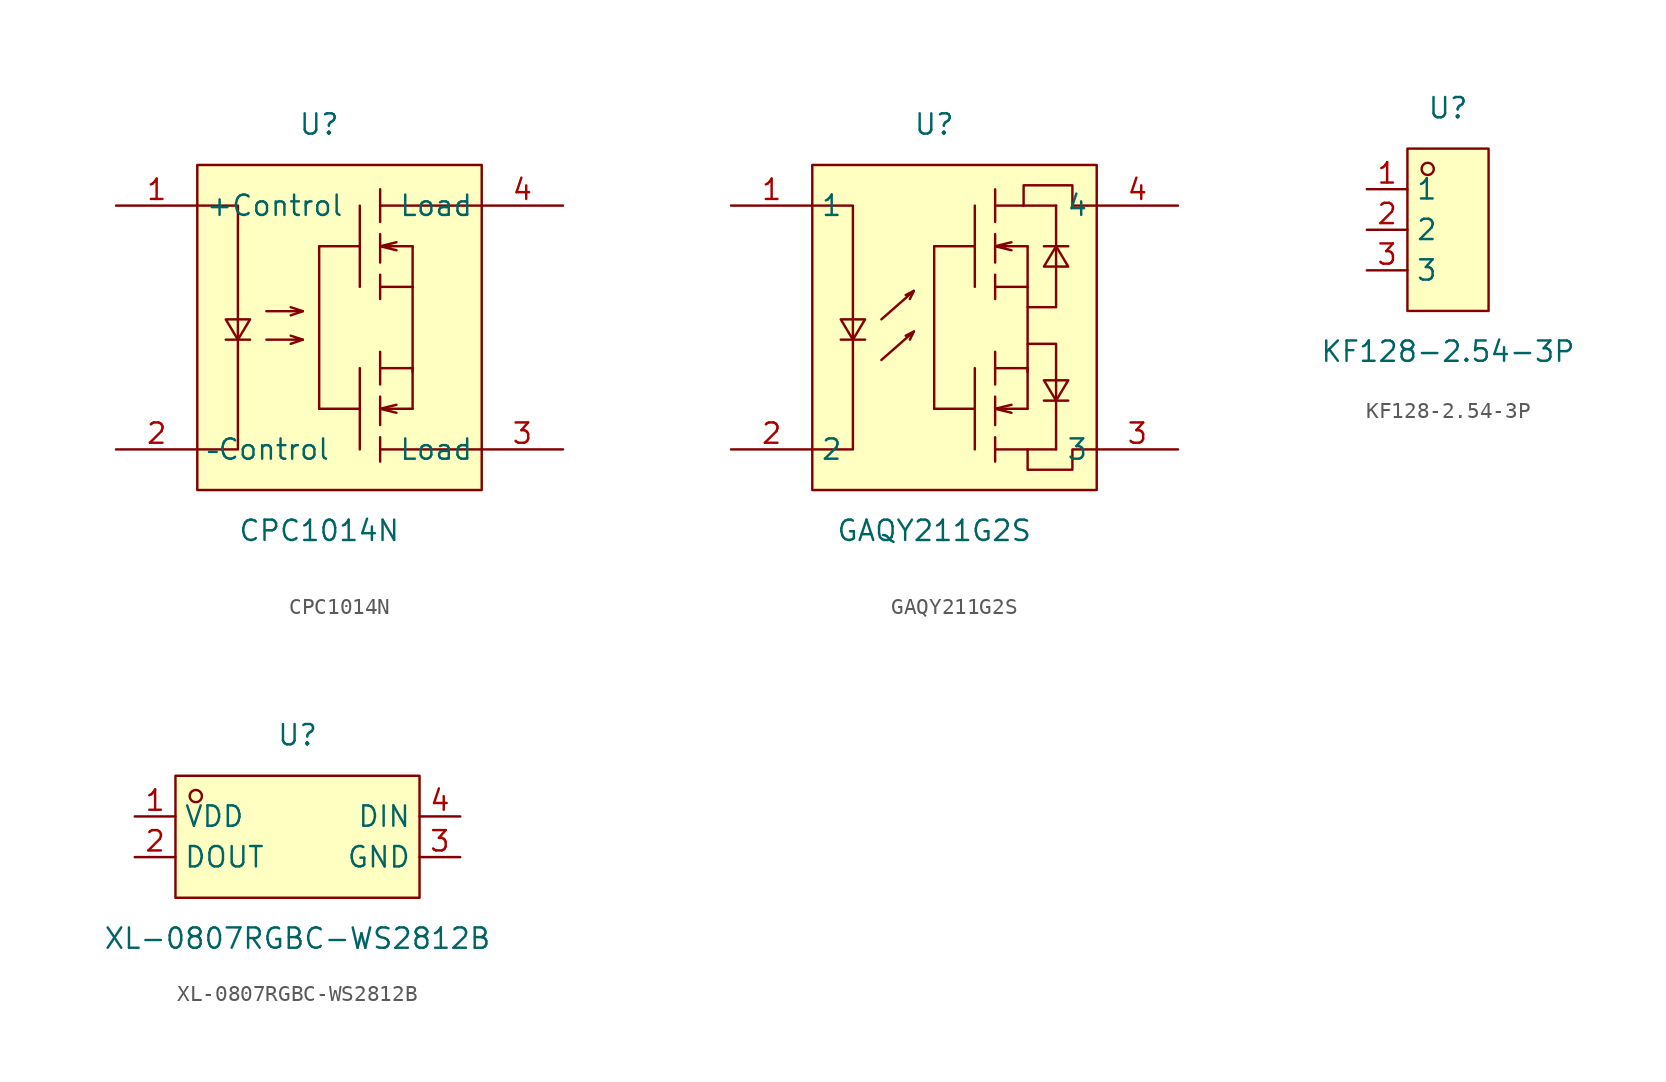
<source format=kicad_sym>
(kicad_symbol_lib
  (version 20231120)
  (generator "kicad_symbol_editor")
  (generator_version "8.0")
  (symbol "CPC1014N"
    (property "Reference" "U"
      (at 0 12.7 0)
      (effects (font (size 1.27 1.27))))
    (property "Value" "CPC1014N"
      (at 0 -12.7 0)
      (effects (font (size 1.27 1.27))))
    (symbol "CPC1014N_0_1"
      (rectangle (start -7.62 10.16) (end 10.16 -10.16) (stroke (width 0) (type default)) (fill (type background)))
      (polyline (pts (xy -5.84 -0.76) (xy -4.32 -0.76)) (stroke (width 0) (type default)) (fill (type none)))
      (polyline (pts (xy -1.02 -0.76) (xy -1.78 -1.02)) (stroke (width 0) (type default)) (fill (type none)))
      (polyline (pts (xy -1.02 1.02) (xy -1.78 0.76)) (stroke (width 0) (type default)) (fill (type none)))
      (polyline (pts (xy 0 5.08) (xy 0 -5.08)) (stroke (width 0) (type default)) (fill (type none)))
      (polyline (pts (xy 2.54 -5.08) (xy 0 -5.08)) (stroke (width 0) (type default)) (fill (type none)))
      (polyline (pts (xy 2.54 -2.54) (xy 2.54 -7.62)) (stroke (width 0) (type default)) (fill (type none)))
      (polyline (pts (xy 2.54 5.08) (xy 0 5.08)) (stroke (width 0) (type default)) (fill (type none)))
      (polyline (pts (xy 2.54 7.62) (xy 2.54 2.54)) (stroke (width 0) (type default)) (fill (type none)))
      (polyline (pts (xy 3.81 -7.62) (xy 10.16 -7.62)) (stroke (width 0) (type default)) (fill (type none)))
      (polyline (pts (xy 3.81 -6.86) (xy 3.81 -8.38)) (stroke (width 0) (type default)) (fill (type none)))
      (polyline (pts (xy 3.81 -5.08) (xy 4.83 -4.83)) (stroke (width 0) (type default)) (fill (type none)))
      (polyline (pts (xy 3.81 -4.32) (xy 3.81 -6.1)) (stroke (width 0) (type default)) (fill (type none)))
      (polyline (pts (xy 3.81 -2.54) (xy 5.84 -2.54)) (stroke (width 0) (type default)) (fill (type none)))
      (polyline (pts (xy 3.81 -1.52) (xy 3.81 -3.56)) (stroke (width 0) (type default)) (fill (type none)))
      (polyline (pts (xy 3.81 2.54) (xy 5.84 2.54)) (stroke (width 0) (type default)) (fill (type none)))
      (polyline (pts (xy 3.81 3.3) (xy 3.81 1.78)) (stroke (width 0) (type default)) (fill (type none)))
      (polyline (pts (xy 3.81 5.08) (xy 4.83 5.33)) (stroke (width 0) (type default)) (fill (type none)))
      (polyline (pts (xy 3.81 5.84) (xy 3.81 4.06)) (stroke (width 0) (type default)) (fill (type none)))
      (polyline (pts (xy 3.81 7.62) (xy 10.16 7.62)) (stroke (width 0) (type default)) (fill (type none)))
      (polyline (pts (xy 3.81 8.64) (xy 3.81 6.6)) (stroke (width 0) (type default)) (fill (type none)))
      (polyline (pts (xy 5.84 -2.54) (xy 5.84 -5.08)) (stroke (width 0) (type default)) (fill (type none)))
      (polyline (pts (xy 5.84 2.54) (xy 5.84 -2.79)) (stroke (width 0) (type default)) (fill (type none)))
      (polyline (pts (xy 5.84 5.08) (xy 5.84 2.54)) (stroke (width 0) (type default)) (fill (type none)))
      (polyline (pts (xy -3.3 -0.76) (xy -1.02 -0.76) (xy -1.78 -0.51)) (stroke (width 0) (type default)) (fill (type none)))
      (polyline (pts (xy -3.3 1.02) (xy -1.02 1.02) (xy -1.78 1.27)) (stroke (width 0) (type default)) (fill (type none)))
      (polyline (pts (xy 5.84 -5.08) (xy 3.81 -5.08) (xy 4.83 -5.33)) (stroke (width 0) (type default)) (fill (type none)))
      (polyline (pts (xy 5.84 5.08) (xy 3.81 5.08) (xy 4.83 4.83)) (stroke (width 0) (type default)) (fill (type none)))
      (polyline (pts (xy -7.62 7.62) (xy -5.08 7.62) (xy -5.08 -7.62) (xy -7.62 -7.62)) (stroke (width 0) (type default)) (fill (type none)))
      (polyline (pts (xy -5.84 0.51) (xy -4.32 0.51) (xy -5.08 -0.76) (xy -5.84 0.51)) (stroke (width 0) (type default)) (fill (type background)))
      (pin unspecified line (at -12.7 7.62 0) (length 5.08) (name "+Control" (effects (font (size 1.27 1.27)))) (number "1" (effects (font (size 1.27 1.27)))))
      (pin unspecified line (at -12.7 -7.62 0) (length 5.08) (name "–Control" (effects (font (size 1.27 1.27)))) (number "2" (effects (font (size 1.27 1.27)))))
      (pin unspecified line (at 15.24 -7.62 180) (length 5.08) (name "Load" (effects (font (size 1.27 1.27)))) (number "3" (effects (font (size 1.27 1.27)))))
      (pin unspecified line (at 15.24 7.62 180) (length 5.08) (name "Load" (effects (font (size 1.27 1.27)))) (number "4" (effects (font (size 1.27 1.27)))))))
  (symbol "GAQY211G2S"
    (property "Reference" "U"
      (at 0 12.7 0)
      (effects (font (size 1.27 1.27))))
    (property "Value" "GAQY211G2S"
      (at 0 -12.7 0)
      (effects (font (size 1.27 1.27))))
    (symbol "GAQY211G2S_0_1"
      (rectangle (start -7.62 10.16) (end 10.16 -10.16) (stroke (width 0) (type default)) (fill (type background)))
      (polyline (pts (xy -5.84 -0.76) (xy -4.32 -0.76)) (stroke (width 0) (type default)) (fill (type none)))
      (polyline (pts (xy -1.27 -0.25) (xy -1.52 -0.76)) (stroke (width 0) (type default)) (fill (type none)))
      (polyline (pts (xy -1.27 2.29) (xy -1.52 1.78)) (stroke (width 0) (type default)) (fill (type none)))
      (polyline (pts (xy 0 5.08) (xy 0 -5.08)) (stroke (width 0) (type default)) (fill (type none)))
      (polyline (pts (xy 2.54 -5.08) (xy 0 -5.08)) (stroke (width 0) (type default)) (fill (type none)))
      (polyline (pts (xy 2.54 -2.54) (xy 2.54 -7.62)) (stroke (width 0) (type default)) (fill (type none)))
      (polyline (pts (xy 2.54 5.08) (xy 0 5.08)) (stroke (width 0) (type default)) (fill (type none)))
      (polyline (pts (xy 2.54 7.62) (xy 2.54 2.54)) (stroke (width 0) (type default)) (fill (type none)))
      (polyline (pts (xy 3.81 -7.62) (xy 7.62 -7.62)) (stroke (width 0) (type default)) (fill (type none)))
      (polyline (pts (xy 3.81 -6.86) (xy 3.81 -8.38)) (stroke (width 0) (type default)) (fill (type none)))
      (polyline (pts (xy 3.81 -5.08) (xy 4.83 -4.83)) (stroke (width 0) (type default)) (fill (type none)))
      (polyline (pts (xy 3.81 -4.32) (xy 3.81 -6.1)) (stroke (width 0) (type default)) (fill (type none)))
      (polyline (pts (xy 3.81 -2.54) (xy 5.84 -2.54)) (stroke (width 0) (type default)) (fill (type none)))
      (polyline (pts (xy 3.81 -1.52) (xy 3.81 -3.56)) (stroke (width 0) (type default)) (fill (type none)))
      (polyline (pts (xy 3.81 2.54) (xy 5.84 2.54)) (stroke (width 0) (type default)) (fill (type none)))
      (polyline (pts (xy 3.81 3.3) (xy 3.81 1.78)) (stroke (width 0) (type default)) (fill (type none)))
      (polyline (pts (xy 3.81 5.08) (xy 4.83 5.33)) (stroke (width 0) (type default)) (fill (type none)))
      (polyline (pts (xy 3.81 5.84) (xy 3.81 4.06)) (stroke (width 0) (type default)) (fill (type none)))
      (polyline (pts (xy 3.81 7.62) (xy 7.62 7.62)) (stroke (width 0) (type default)) (fill (type none)))
      (polyline (pts (xy 3.81 8.64) (xy 3.81 6.6)) (stroke (width 0) (type default)) (fill (type none)))
      (polyline (pts (xy 5.84 -2.54) (xy 5.84 -5.08)) (stroke (width 0) (type default)) (fill (type none)))
      (polyline (pts (xy 5.84 2.54) (xy 5.84 -2.79)) (stroke (width 0) (type default)) (fill (type none)))
      (polyline (pts (xy 5.84 5.08) (xy 5.84 2.54)) (stroke (width 0) (type default)) (fill (type none)))
      (polyline (pts (xy 6.86 -4.57) (xy 8.38 -4.57)) (stroke (width 0) (type default)) (fill (type none)))
      (polyline (pts (xy 8.38 5.08) (xy 6.86 5.08)) (stroke (width 0) (type default)) (fill (type none)))
      (polyline (pts (xy -3.3 -2.03) (xy -1.27 -0.25) (xy -1.78 -0.51)) (stroke (width 0) (type default)) (fill (type none)))
      (polyline (pts (xy -3.3 0.51) (xy -1.27 2.29) (xy -1.78 2.03)) (stroke (width 0) (type default)) (fill (type none)))
      (polyline (pts (xy 5.84 -5.08) (xy 3.81 -5.08) (xy 4.83 -5.33)) (stroke (width 0) (type default)) (fill (type none)))
      (polyline (pts (xy 5.84 -1.02) (xy 7.62 -1.02) (xy 7.62 -7.62)) (stroke (width 0) (type default)) (fill (type none)))
      (polyline (pts (xy 5.84 1.27) (xy 7.62 1.27) (xy 7.62 7.62)) (stroke (width 0) (type default)) (fill (type none)))
      (polyline (pts (xy 5.84 5.08) (xy 3.81 5.08) (xy 4.83 4.83)) (stroke (width 0) (type default)) (fill (type none)))
      (polyline (pts (xy -7.62 7.62) (xy -5.08 7.62) (xy -5.08 -7.62) (xy -7.62 -7.62)) (stroke (width 0) (type default)) (fill (type none)))
      (polyline (pts (xy -5.84 0.51) (xy -4.32 0.51) (xy -5.08 -0.76) (xy -5.84 0.51)) (stroke (width 0) (type default)) (fill (type background)))
      (polyline (pts (xy 6.86 -3.3) (xy 8.38 -3.3) (xy 7.62 -4.57) (xy 6.86 -3.3)) (stroke (width 0) (type default)) (fill (type background)))
      (polyline (pts (xy 8.38 3.81) (xy 6.86 3.81) (xy 7.62 5.08) (xy 8.38 3.81)) (stroke (width 0) (type default)) (fill (type background)))
      (polyline (pts (xy 5.59 7.62) (xy 5.59 8.89) (xy 8.64 8.89) (xy 8.64 7.62) (xy 10.16 7.62)) (stroke (width 0) (type default)) (fill (type none)))
      (polyline (pts (xy 5.84 -7.62) (xy 5.84 -8.89) (xy 8.64 -8.89) (xy 8.64 -7.62) (xy 10.16 -7.62)) (stroke (width 0) (type default)) (fill (type none))))
    (symbol "GAQY211G2S_1_1"
      (pin input line (at -12.7 7.62 0) (length 5.08) (name "1" (effects (font (size 1.27 1.27)))) (number "1" (effects (font (size 1.27 1.27)))))
      (pin output line (at -12.7 -7.62 0) (length 5.08) (name "2" (effects (font (size 1.27 1.27)))) (number "2" (effects (font (size 1.27 1.27)))))
      (pin passive line (at 15.24 -7.62 180) (length 5.08) (name "3" (effects (font (size 1.27 1.27)))) (number "3" (effects (font (size 1.27 1.27)))))
      (pin passive line (at 15.24 7.62 180) (length 5.08) (name "4" (effects (font (size 1.27 1.27)))) (number "4" (effects (font (size 1.27 1.27)))))))
  (symbol "KF128-2.54-3P"
    (property "Reference" "U"
      (at 0 7.62 0)
      (effects (font (size 1.27 1.27))))
    (property "Value" "KF128-2.54-3P"
      (at 0 -7.62 0)
      (effects (font (size 1.27 1.27))))
    (symbol "KF128-2.54-3P_0_1"
      (rectangle (start -2.54 5.08) (end 2.54 -5.08) (stroke (width 0) (type default)) (fill (type background)))
      (circle (center -1.27 3.81) (radius 0.38) (stroke (width 0) (type default)) (fill (type none)))
      (pin unspecified line (at -5.08 2.54 0) (length 2.54) (name "1" (effects (font (size 1.27 1.27)))) (number "1" (effects (font (size 1.27 1.27)))))
      (pin unspecified line (at -5.08 0 0) (length 2.54) (name "2" (effects (font (size 1.27 1.27)))) (number "2" (effects (font (size 1.27 1.27)))))
      (pin unspecified line (at -5.08 -2.54 0) (length 2.54) (name "3" (effects (font (size 1.27 1.27)))) (number "3" (effects (font (size 1.27 1.27)))))))
  (symbol "XL-0807RGBC-WS2812B"
    (property "Reference" "U"
      (at 0 7.62 0)
      (effects (font (size 1.27 1.27))))
    (property "Value" "XL-0807RGBC-WS2812B"
      (at 0 -5.08 0)
      (effects (font (size 1.27 1.27))))
    (symbol "XL-0807RGBC-WS2812B_0_1"
      (rectangle (start -7.62 5.08) (end 7.62 -2.54) (stroke (width 0) (type default)) (fill (type background)))
      (circle (center -6.35 3.81) (radius 0.38) (stroke (width 0) (type default)) (fill (type none))))
    (symbol "XL-0807RGBC-WS2812B_1_1"
      (pin input line (at -10.16 2.54 0) (length 2.54) (name "VDD" (effects (font (size 1.27 1.27)))) (number "1" (effects (font (size 1.27 1.27)))))
      (pin output line (at -10.16 0 0) (length 2.54) (name "DOUT" (effects (font (size 1.27 1.27)))) (number "2" (effects (font (size 1.27 1.27)))))
      (pin passive line (at 10.16 0 180) (length 2.54) (name "GND" (effects (font (size 1.27 1.27)))) (number "3" (effects (font (size 1.27 1.27)))))
      (pin passive line (at 10.16 2.54 180) (length 2.54) (name "DIN" (effects (font (size 1.27 1.27)))) (number "4" (effects (font (size 1.27 1.27))))))))
</source>
